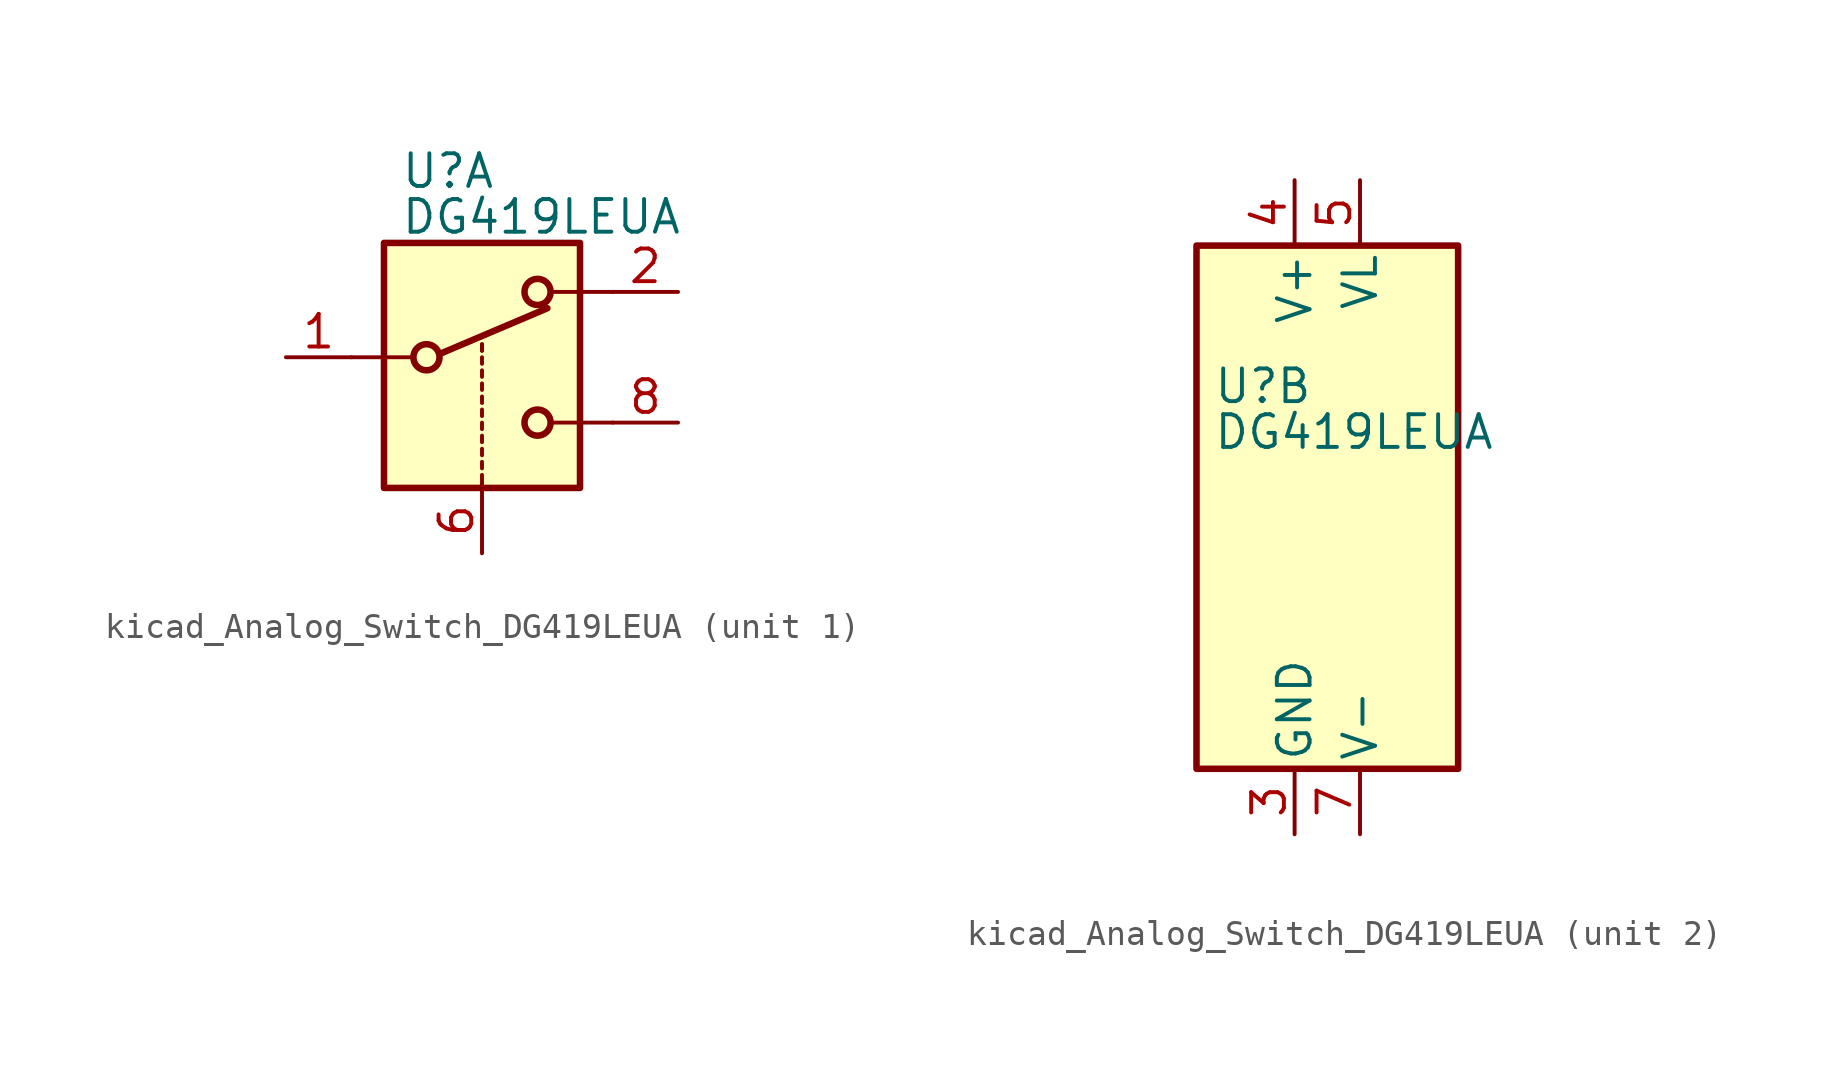
<source format=kicad_sym>
(kicad_symbol_lib
  (version 20220914)
  (generator kicad_symbol_editor)
  (symbol "kicad_Analog_Switch_DG419LEUA"
    (pin_names
      (offset 0.254))
    (property "Reference" "U"
      (at -3.175 4.699 0)
      (effects (font (size 1.27 1.27)) (justify left)))
    (property "Value" "DG419LEUA"
      (at -3.175 2.921 0)
      (effects (font (size 1.27 1.27)) (justify left)))
    (symbol "kicad_Analog_Switch_DG419LEUA_1_1"
      (rectangle (start -3.81 1.905) (end 3.81 -7.62) (stroke (width 0.254) (type default)) (fill (type background)))
      (circle (center -2.159 -2.54) (radius 0.508) (stroke (width 0.254) (type default)) (fill (type none)))
      (polyline (pts (xy -5.08 -2.54) (xy -2.794 -2.54)) (stroke (width 0) (type default)) (fill (type none)))
      (polyline (pts (xy -1.651 -2.413) (xy 2.54 -0.635)) (stroke (width 0.254) (type default)) (fill (type none)))
      (polyline (pts (xy 0 -7.62) (xy 0 -7.112)) (stroke (width 0) (type default)) (fill (type none)))
      (polyline (pts (xy 0 -6.858) (xy 0 -6.604)) (stroke (width 0) (type default)) (fill (type none)))
      (polyline (pts (xy 0 -6.35) (xy 0 -6.096)) (stroke (width 0) (type default)) (fill (type none)))
      (polyline (pts (xy 0 -5.842) (xy 0 -5.588)) (stroke (width 0) (type default)) (fill (type none)))
      (polyline (pts (xy 0 -5.334) (xy 0 -5.08)) (stroke (width 0) (type default)) (fill (type none)))
      (polyline (pts (xy 0 -4.826) (xy 0 -4.572)) (stroke (width 0) (type default)) (fill (type none)))
      (polyline (pts (xy 0 -4.318) (xy 0 -4.064)) (stroke (width 0) (type default)) (fill (type none)))
      (polyline (pts (xy 0 -3.81) (xy 0 -3.556)) (stroke (width 0) (type default)) (fill (type none)))
      (polyline (pts (xy 0 -3.302) (xy 0 -3.048)) (stroke (width 0) (type default)) (fill (type none)))
      (polyline (pts (xy 0 -2.794) (xy 0 -2.54)) (stroke (width 0) (type default)) (fill (type none)))
      (polyline (pts (xy 0 -2.286) (xy 0 -2.032)) (stroke (width 0) (type default)) (fill (type none)))
      (polyline (pts (xy 0 -2.286) (xy 0 -2.032)) (stroke (width 0) (type default)) (fill (type none)))
      (polyline (pts (xy 5.08 -5.08) (xy 2.794 -5.08)) (stroke (width 0) (type default)) (fill (type none)))
      (polyline (pts (xy 5.08 0) (xy 2.794 0)) (stroke (width 0) (type default)) (fill (type none)))
      (circle (center 2.159 -5.08) (radius 0.508) (stroke (width 0.254) (type default)) (fill (type none)))
      (circle (center 2.159 0) (radius 0.508) (stroke (width 0.254) (type default)) (fill (type none)))
      (pin passive line (at -7.62 -2.54 0) (length 2.54) (name "~" (effects (font (size 1.27 1.27)))) (number "1" (effects (font (size 1.27 1.27)))))
      (pin passive line (at 7.62 0 180) (length 2.54) (name "~" (effects (font (size 1.27 1.27)))) (number "2" (effects (font (size 1.27 1.27)))))
      (pin input line (at 0 -10.16 90) (length 2.54) (name "~" (effects (font (size 1.27 1.27)))) (number "6" (effects (font (size 1.27 1.27)))))
      (pin passive line (at 7.62 -5.08 180) (length 2.54) (name "~" (effects (font (size 1.27 1.27)))) (number "8" (effects (font (size 1.27 1.27))))))
    (symbol "kicad_Analog_Switch_DG419LEUA_2_0"
      (pin power_in line (at 0 -12.7 90) (length 2.54) (name "GND" (effects (font (size 1.27 1.27)))) (number "3" (effects (font (size 1.27 1.27)))))
      (pin power_in line (at 0 12.7 270) (length 2.54) (name "V+" (effects (font (size 1.27 1.27)))) (number "4" (effects (font (size 1.27 1.27)))))
      (pin power_in line (at 2.54 12.7 270) (length 2.54) (name "VL" (effects (font (size 1.27 1.27)))) (number "5" (effects (font (size 1.27 1.27)))))
      (pin power_in line (at 2.54 -12.7 90) (length 2.54) (name "V-" (effects (font (size 1.27 1.27)))) (number "7" (effects (font (size 1.27 1.27))))))
    (symbol "kicad_Analog_Switch_DG419LEUA_2_1"
      (rectangle (start -3.81 10.16) (end 6.35 -10.16) (stroke (width 0.254) (type default)) (fill (type background))))))
</source>
